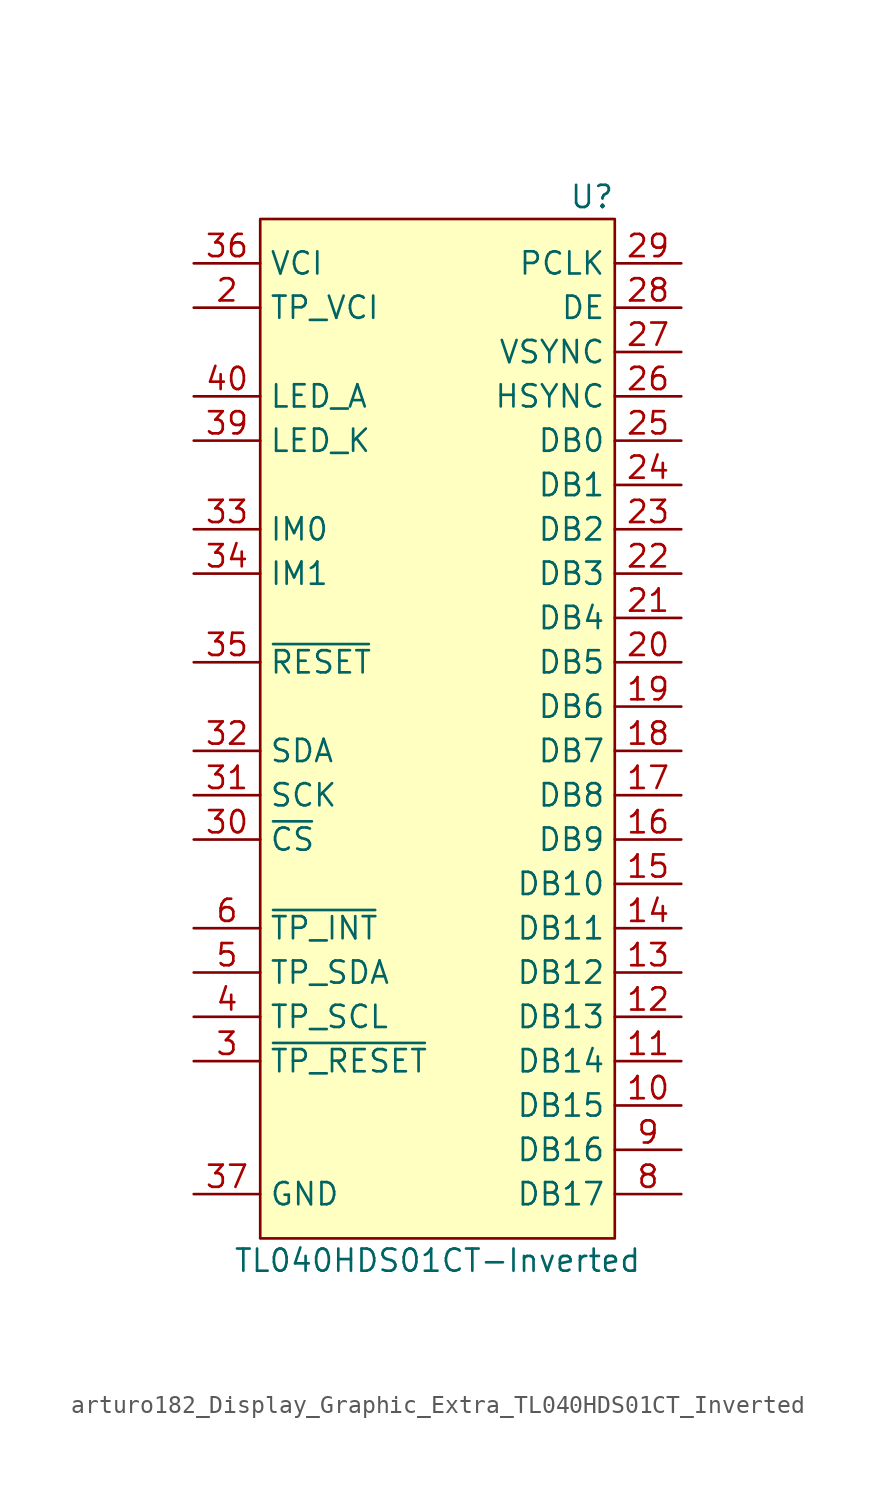
<source format=kicad_sym>
(kicad_symbol_lib
  (version 20220914)
  (generator kicad_symbol_editor)
  (symbol "arturo182_Display_Graphic_Extra_TL040HDS01CT_Inverted"
    (property "Reference" "U"
      (at 10.16 29.21 0)
      (effects (font (size 1.27 1.27)) (justify right)))
    (property "Value" "TL040HDS01CT-Inverted"
      (at 0 -31.75 0)
      (effects (font (size 1.27 1.27))))
    (symbol "arturo182_Display_Graphic_Extra_TL040HDS01CT_Inverted_0_1"
      (rectangle (start -10.16 27.94) (end 10.16 -30.48) (stroke (width 0) (type default)) (fill (type background))))
    (symbol "arturo182_Display_Graphic_Extra_TL040HDS01CT_Inverted_1_1"
      (pin passive line (at -13.97 -27.94 0) (length 3.81) hide (name "GND" (effects (font (size 1.27 1.27)))) (number "1" (effects (font (size 1.27 1.27)))))
      (pin input line (at 13.97 -22.86 180) (length 3.81) (name "DB15" (effects (font (size 1.27 1.27)))) (number "10" (effects (font (size 1.27 1.27)))))
      (pin input line (at 13.97 -20.32 180) (length 3.81) (name "DB14" (effects (font (size 1.27 1.27)))) (number "11" (effects (font (size 1.27 1.27)))))
      (pin input line (at 13.97 -17.78 180) (length 3.81) (name "DB13" (effects (font (size 1.27 1.27)))) (number "12" (effects (font (size 1.27 1.27)))))
      (pin input line (at 13.97 -15.24 180) (length 3.81) (name "DB12" (effects (font (size 1.27 1.27)))) (number "13" (effects (font (size 1.27 1.27)))))
      (pin input line (at 13.97 -12.7 180) (length 3.81) (name "DB11" (effects (font (size 1.27 1.27)))) (number "14" (effects (font (size 1.27 1.27)))))
      (pin input line (at 13.97 -10.16 180) (length 3.81) (name "DB10" (effects (font (size 1.27 1.27)))) (number "15" (effects (font (size 1.27 1.27)))))
      (pin input line (at 13.97 -7.62 180) (length 3.81) (name "DB9" (effects (font (size 1.27 1.27)))) (number "16" (effects (font (size 1.27 1.27)))))
      (pin input line (at 13.97 -5.08 180) (length 3.81) (name "DB8" (effects (font (size 1.27 1.27)))) (number "17" (effects (font (size 1.27 1.27)))))
      (pin input line (at 13.97 -2.54 180) (length 3.81) (name "DB7" (effects (font (size 1.27 1.27)))) (number "18" (effects (font (size 1.27 1.27)))))
      (pin input line (at 13.97 0 180) (length 3.81) (name "DB6" (effects (font (size 1.27 1.27)))) (number "19" (effects (font (size 1.27 1.27)))))
      (pin power_in line (at -13.97 22.86 0) (length 3.81) (name "TP_VCI" (effects (font (size 1.27 1.27)))) (number "2" (effects (font (size 1.27 1.27)))))
      (pin input line (at 13.97 2.54 180) (length 3.81) (name "DB5" (effects (font (size 1.27 1.27)))) (number "20" (effects (font (size 1.27 1.27)))))
      (pin input line (at 13.97 5.08 180) (length 3.81) (name "DB4" (effects (font (size 1.27 1.27)))) (number "21" (effects (font (size 1.27 1.27)))))
      (pin input line (at 13.97 7.62 180) (length 3.81) (name "DB3" (effects (font (size 1.27 1.27)))) (number "22" (effects (font (size 1.27 1.27)))))
      (pin input line (at 13.97 10.16 180) (length 3.81) (name "DB2" (effects (font (size 1.27 1.27)))) (number "23" (effects (font (size 1.27 1.27)))))
      (pin input line (at 13.97 12.7 180) (length 3.81) (name "DB1" (effects (font (size 1.27 1.27)))) (number "24" (effects (font (size 1.27 1.27)))))
      (pin input line (at 13.97 15.24 180) (length 3.81) (name "DB0" (effects (font (size 1.27 1.27)))) (number "25" (effects (font (size 1.27 1.27)))))
      (pin input line (at 13.97 17.78 180) (length 3.81) (name "HSYNC" (effects (font (size 1.27 1.27)))) (number "26" (effects (font (size 1.27 1.27)))))
      (pin input line (at 13.97 20.32 180) (length 3.81) (name "VSYNC" (effects (font (size 1.27 1.27)))) (number "27" (effects (font (size 1.27 1.27)))))
      (pin input line (at 13.97 22.86 180) (length 3.81) (name "DE" (effects (font (size 1.27 1.27)))) (number "28" (effects (font (size 1.27 1.27)))))
      (pin input line (at 13.97 25.4 180) (length 3.81) (name "PCLK" (effects (font (size 1.27 1.27)))) (number "29" (effects (font (size 1.27 1.27)))))
      (pin input line (at -13.97 -20.32 0) (length 3.81) (name "~{TP_RESET}" (effects (font (size 1.27 1.27)))) (number "3" (effects (font (size 1.27 1.27)))))
      (pin input line (at -13.97 -7.62 0) (length 3.81) (name "~{CS}" (effects (font (size 1.27 1.27)))) (number "30" (effects (font (size 1.27 1.27)))))
      (pin input line (at -13.97 -5.08 0) (length 3.81) (name "SCK" (effects (font (size 1.27 1.27)))) (number "31" (effects (font (size 1.27 1.27)))))
      (pin bidirectional line (at -13.97 -2.54 0) (length 3.81) (name "SDA" (effects (font (size 1.27 1.27)))) (number "32" (effects (font (size 1.27 1.27)))))
      (pin input line (at -13.97 10.16 0) (length 3.81) (name "IM0" (effects (font (size 1.27 1.27)))) (number "33" (effects (font (size 1.27 1.27)))))
      (pin input line (at -13.97 7.62 0) (length 3.81) (name "IM1" (effects (font (size 1.27 1.27)))) (number "34" (effects (font (size 1.27 1.27)))))
      (pin input line (at -13.97 2.54 0) (length 3.81) (name "~{RESET}" (effects (font (size 1.27 1.27)))) (number "35" (effects (font (size 1.27 1.27)))))
      (pin power_in line (at -13.97 25.4 0) (length 3.81) (name "VCI" (effects (font (size 1.27 1.27)))) (number "36" (effects (font (size 1.27 1.27)))))
      (pin power_in line (at -13.97 -27.94 0) (length 3.81) (name "GND" (effects (font (size 1.27 1.27)))) (number "37" (effects (font (size 1.27 1.27)))))
      (pin passive line (at -13.97 15.24 0) (length 3.81) hide (name "LED_K" (effects (font (size 1.27 1.27)))) (number "38" (effects (font (size 1.27 1.27)))))
      (pin input line (at -13.97 15.24 0) (length 3.81) (name "LED_K" (effects (font (size 1.27 1.27)))) (number "39" (effects (font (size 1.27 1.27)))))
      (pin input line (at -13.97 -17.78 0) (length 3.81) (name "TP_SCL" (effects (font (size 1.27 1.27)))) (number "4" (effects (font (size 1.27 1.27)))))
      (pin input line (at -13.97 17.78 0) (length 3.81) (name "LED_A" (effects (font (size 1.27 1.27)))) (number "40" (effects (font (size 1.27 1.27)))))
      (pin bidirectional line (at -13.97 -15.24 0) (length 3.81) (name "TP_SDA" (effects (font (size 1.27 1.27)))) (number "5" (effects (font (size 1.27 1.27)))))
      (pin output line (at -13.97 -12.7 0) (length 3.81) (name "~{TP_INT}" (effects (font (size 1.27 1.27)))) (number "6" (effects (font (size 1.27 1.27)))))
      (pin passive line (at -13.97 -27.94 0) (length 3.81) hide (name "GND" (effects (font (size 1.27 1.27)))) (number "7" (effects (font (size 1.27 1.27)))))
      (pin input line (at 13.97 -27.94 180) (length 3.81) (name "DB17" (effects (font (size 1.27 1.27)))) (number "8" (effects (font (size 1.27 1.27)))))
      (pin input line (at 13.97 -25.4 180) (length 3.81) (name "DB16" (effects (font (size 1.27 1.27)))) (number "9" (effects (font (size 1.27 1.27))))))))
</source>
